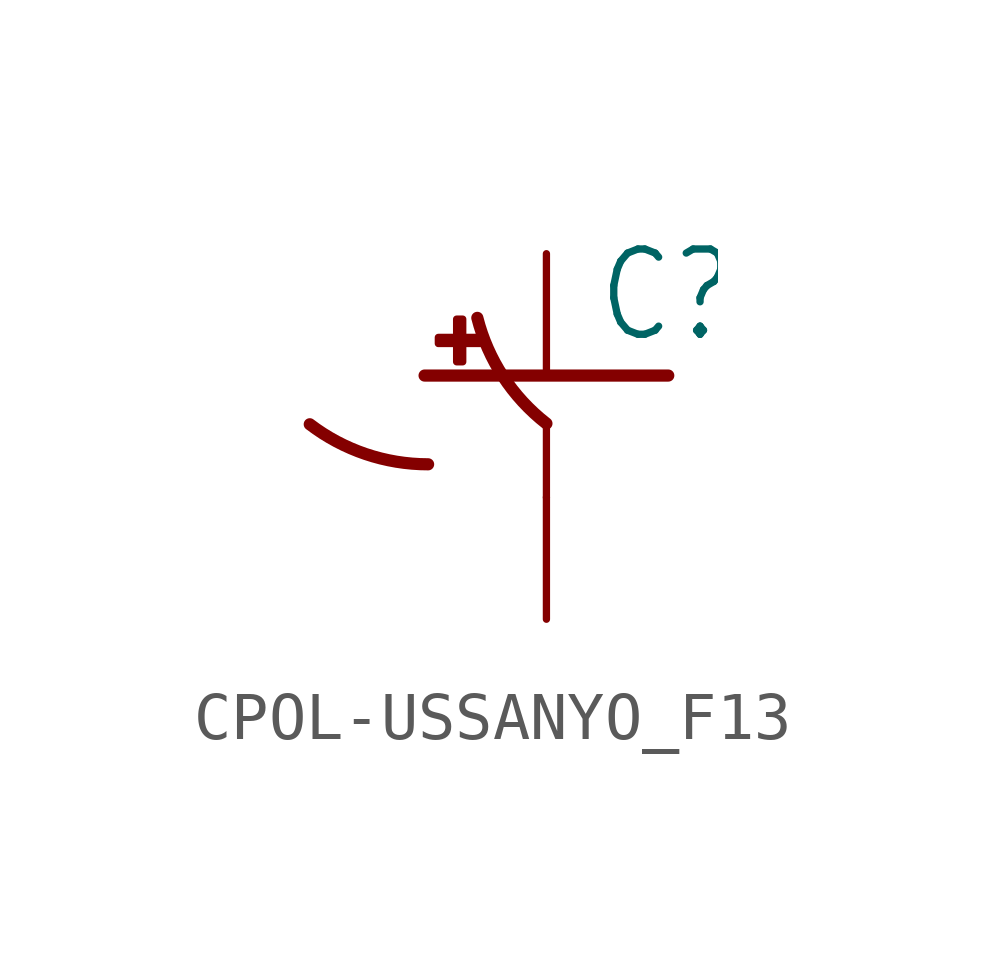
<source format=kicad_sym>
(kicad_symbol_lib
  (version 20241209)
  (generator "kicad_symbol_editor")
  (generator_version "9.0")
  (symbol "CPOL-USSANYO_F13"
    (property "Reference" "C"
      (at 1.016 0.635 0)
      (effects (font (size 1.778 1.511)) (justify left bottom)))
    (property "Value" ""
      (at 1.016 -4.191 0)
      (effects (font (size 1.778 1.511)) (justify left bottom)))
    (property "ki_locked" ""
      (at 0 0 0)
      (effects (font (size 1.27 1.27))))
    (symbol "CPOL-USSANYO_F13_1_0"
      (polyline (pts (xy -2.54 0) (xy 2.54 0)) (stroke (width 0.254) (type solid)) (fill (type none)))
      (arc (start -2.4669 -1.8504) (mid -3.7689 -1.6361) (end -4.9337 -1.0159) (stroke (width 0.254) (type solid)) (fill (type none)))
      (rectangle (start -2.253 0.668) (end -1.364 0.795) (stroke (width 0) (type default)) (fill (type outline)))
      (rectangle (start -1.872 0.287) (end -1.745 1.176) (stroke (width 0) (type default)) (fill (type outline)))
      (polyline (pts (xy 0 -1.016) (xy 0 -2.54)) (stroke (width 0.152) (type solid)) (fill (type none)))
      (arc (start 0 -1) (mid -0.9038 -0.0189) (end -1.4403 1.2025) (stroke (width 0.254) (type solid)) (fill (type none)))
      (pin passive line (at 0 2.54 270) (length 2.54) (name "+" (effects (font (size 0 0)))) (number "+" (effects (font (size 0 0)))))
      (pin passive line (at 0 -5.08 90) (length 2.54) (name "-" (effects (font (size 0 0)))) (number "-" (effects (font (size 0 0))))))))
</source>
